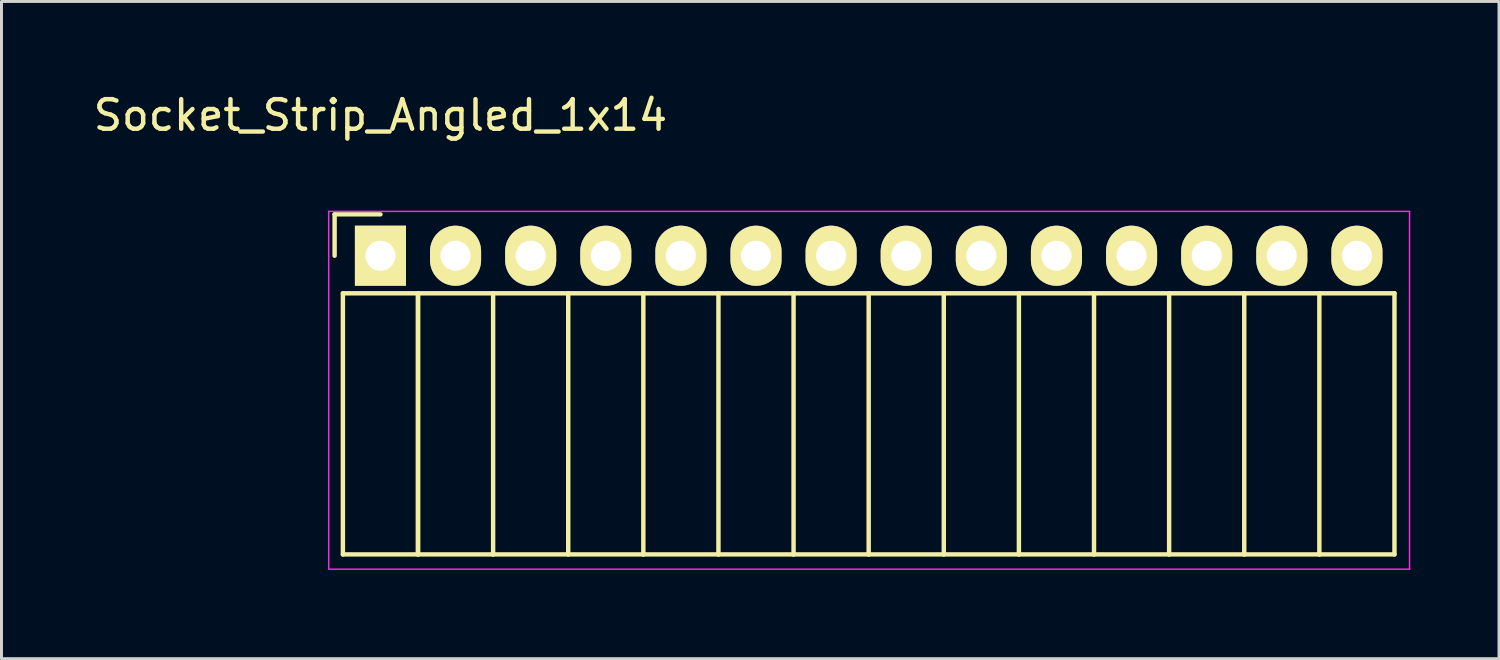
<source format=kicad_pcb>
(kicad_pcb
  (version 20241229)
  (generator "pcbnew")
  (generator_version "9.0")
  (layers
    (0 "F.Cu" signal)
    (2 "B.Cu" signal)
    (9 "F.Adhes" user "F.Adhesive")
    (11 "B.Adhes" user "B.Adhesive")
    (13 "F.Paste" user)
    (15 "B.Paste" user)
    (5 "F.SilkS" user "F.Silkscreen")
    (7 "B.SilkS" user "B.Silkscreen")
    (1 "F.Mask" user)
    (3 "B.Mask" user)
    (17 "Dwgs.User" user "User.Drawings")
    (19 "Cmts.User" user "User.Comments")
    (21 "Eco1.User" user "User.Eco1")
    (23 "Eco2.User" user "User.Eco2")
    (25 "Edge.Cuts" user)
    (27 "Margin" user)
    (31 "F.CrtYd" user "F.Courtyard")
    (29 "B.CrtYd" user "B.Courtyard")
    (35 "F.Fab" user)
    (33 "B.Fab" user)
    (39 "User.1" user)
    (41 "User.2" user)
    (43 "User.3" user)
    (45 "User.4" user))
  (footprint "Socket_Strip_Angled_1x14"
    (layer "F.Cu")
    (at 9.815 5.598)
    (property "Reference" "Socket_Strip_Angled_1x14" (at 0 -4.75 0) (layer "F.SilkS") (effects (font (size 1 1) (thickness 0.15))))
    (attr through_hole)
    (fp_line (start -1.55 -1.4) (end -1.55 0) (stroke (width 0.15) (type solid)) (layer "F.SilkS"))
    (fp_line (start -1.27 1.27) (end -1.27 10.1) (stroke (width 0.15) (type solid)) (layer "F.SilkS"))
    (fp_line (start -1.27 1.27) (end 1.27 1.27) (stroke (width 0.15) (type solid)) (layer "F.SilkS"))
    (fp_line (start -1.27 10.1) (end 1.27 10.1) (stroke (width 0.15) (type solid)) (layer "F.SilkS"))
    (fp_line (start 0 -1.4) (end -1.55 -1.4) (stroke (width 0.15) (type solid)) (layer "F.SilkS"))
    (fp_line (start 1.27 1.27) (end 1.27 10.1) (stroke (width 0.15) (type solid)) (layer "F.SilkS"))
    (fp_line (start 1.27 1.27) (end 3.81 1.27) (stroke (width 0.15) (type solid)) (layer "F.SilkS"))
    (fp_line (start 1.27 10.1) (end 1.27 1.27) (stroke (width 0.15) (type solid)) (layer "F.SilkS"))
    (fp_line (start 1.27 10.1) (end 3.81 10.1) (stroke (width 0.15) (type solid)) (layer "F.SilkS"))
    (fp_line (start 3.81 1.27) (end 6.35 1.27) (stroke (width 0.15) (type solid)) (layer "F.SilkS"))
    (fp_line (start 3.81 10.1) (end 3.81 1.27) (stroke (width 0.15) (type solid)) (layer "F.SilkS"))
    (fp_line (start 3.81 10.1) (end 6.35 10.1) (stroke (width 0.15) (type solid)) (layer "F.SilkS"))
    (fp_line (start 6.35 1.27) (end 8.89 1.27) (stroke (width 0.15) (type solid)) (layer "F.SilkS"))
    (fp_line (start 6.35 10.1) (end 6.35 1.27) (stroke (width 0.15) (type solid)) (layer "F.SilkS"))
    (fp_line (start 6.35 10.1) (end 8.89 10.1) (stroke (width 0.15) (type solid)) (layer "F.SilkS"))
    (fp_line (start 8.89 1.27) (end 11.43 1.27) (stroke (width 0.15) (type solid)) (layer "F.SilkS"))
    (fp_line (start 8.89 10.1) (end 8.89 1.27) (stroke (width 0.15) (type solid)) (layer "F.SilkS"))
    (fp_line (start 8.89 10.1) (end 11.43 10.1) (stroke (width 0.15) (type solid)) (layer "F.SilkS"))
    (fp_line (start 11.43 1.27) (end 13.97 1.27) (stroke (width 0.15) (type solid)) (layer "F.SilkS"))
    (fp_line (start 11.43 10.1) (end 11.43 1.27) (stroke (width 0.15) (type solid)) (layer "F.SilkS"))
    (fp_line (start 11.43 10.1) (end 13.97 10.1) (stroke (width 0.15) (type solid)) (layer "F.SilkS"))
    (fp_line (start 13.97 1.27) (end 16.51 1.27) (stroke (width 0.15) (type solid)) (layer "F.SilkS"))
    (fp_line (start 13.97 10.1) (end 13.97 1.27) (stroke (width 0.15) (type solid)) (layer "F.SilkS"))
    (fp_line (start 13.97 10.1) (end 16.51 10.1) (stroke (width 0.15) (type solid)) (layer "F.SilkS"))
    (fp_line (start 16.51 1.27) (end 19.05 1.27) (stroke (width 0.15) (type solid)) (layer "F.SilkS"))
    (fp_line (start 16.51 10.1) (end 16.51 1.27) (stroke (width 0.15) (type solid)) (layer "F.SilkS"))
    (fp_line (start 16.51 10.1) (end 19.05 10.1) (stroke (width 0.15) (type solid)) (layer "F.SilkS"))
    (fp_line (start 19.05 1.27) (end 21.59 1.27) (stroke (width 0.15) (type solid)) (layer "F.SilkS"))
    (fp_line (start 19.05 10.1) (end 19.05 1.27) (stroke (width 0.15) (type solid)) (layer "F.SilkS"))
    (fp_line (start 19.05 10.1) (end 21.59 10.1) (stroke (width 0.15) (type solid)) (layer "F.SilkS"))
    (fp_line (start 21.59 1.27) (end 24.13 1.27) (stroke (width 0.15) (type solid)) (layer "F.SilkS"))
    (fp_line (start 21.59 10.1) (end 21.59 1.27) (stroke (width 0.15) (type solid)) (layer "F.SilkS"))
    (fp_line (start 21.59 10.1) (end 24.13 10.1) (stroke (width 0.15) (type solid)) (layer "F.SilkS"))
    (fp_line (start 24.13 1.27) (end 26.67 1.27) (stroke (width 0.15) (type solid)) (layer "F.SilkS"))
    (fp_line (start 24.13 10.1) (end 24.13 1.27) (stroke (width 0.15) (type solid)) (layer "F.SilkS"))
    (fp_line (start 24.13 10.1) (end 26.67 10.1) (stroke (width 0.15) (type solid)) (layer "F.SilkS"))
    (fp_line (start 26.67 1.27) (end 29.21 1.27) (stroke (width 0.15) (type solid)) (layer "F.SilkS"))
    (fp_line (start 26.67 10.1) (end 26.67 1.27) (stroke (width 0.15) (type solid)) (layer "F.SilkS"))
    (fp_line (start 26.67 10.1) (end 29.21 10.1) (stroke (width 0.15) (type solid)) (layer "F.SilkS"))
    (fp_line (start 29.21 1.27) (end 31.75 1.27) (stroke (width 0.15) (type solid)) (layer "F.SilkS"))
    (fp_line (start 29.21 10.1) (end 29.21 1.27) (stroke (width 0.15) (type solid)) (layer "F.SilkS"))
    (fp_line (start 29.21 10.1) (end 31.75 10.1) (stroke (width 0.15) (type solid)) (layer "F.SilkS"))
    (fp_line (start 31.75 1.27) (end 34.29 1.27) (stroke (width 0.15) (type solid)) (layer "F.SilkS"))
    (fp_line (start 31.75 10.1) (end 31.75 1.27) (stroke (width 0.15) (type solid)) (layer "F.SilkS"))
    (fp_line (start 31.75 10.1) (end 34.29 10.1) (stroke (width 0.15) (type solid)) (layer "F.SilkS"))
    (fp_line (start 34.29 10.1) (end 34.29 1.27) (stroke (width 0.15) (type solid)) (layer "F.SilkS"))
    (fp_line (start -1.75 -1.5) (end -1.75 10.6) (stroke (width 0.05) (type solid)) (layer "F.CrtYd"))
    (fp_line (start -1.75 -1.5) (end 34.8 -1.5) (stroke (width 0.05) (type solid)) (layer "F.CrtYd"))
    (fp_line (start -1.75 10.6) (end 34.8 10.6) (stroke (width 0.05) (type solid)) (layer "F.CrtYd"))
    (fp_line (start 34.8 -1.5) (end 34.8 10.6) (stroke (width 0.05) (type solid)) (layer "F.CrtYd"))
    (pad "1" thru_hole rect (at 0 0) (size 1.727 2.032) (drill 1.016) (layers "*.Cu" "*.Mask" "F.SilkS"))
    (pad "2" thru_hole oval (at 2.54 0) (size 1.727 2.032) (drill 1.016) (layers "*.Cu" "*.Mask" "F.SilkS"))
    (pad "3" thru_hole oval (at 5.08 0) (size 1.727 2.032) (drill 1.016) (layers "*.Cu" "*.Mask" "F.SilkS"))
    (pad "4" thru_hole oval (at 7.62 0) (size 1.727 2.032) (drill 1.016) (layers "*.Cu" "*.Mask" "F.SilkS"))
    (pad "5" thru_hole oval (at 10.16 0) (size 1.727 2.032) (drill 1.016) (layers "*.Cu" "*.Mask" "F.SilkS"))
    (pad "6" thru_hole oval (at 12.7 0) (size 1.727 2.032) (drill 1.016) (layers "*.Cu" "*.Mask" "F.SilkS"))
    (pad "7" thru_hole oval (at 15.24 0) (size 1.727 2.032) (drill 1.016) (layers "*.Cu" "*.Mask" "F.SilkS"))
    (pad "8" thru_hole oval (at 17.78 0) (size 1.727 2.032) (drill 1.016) (layers "*.Cu" "*.Mask" "F.SilkS"))
    (pad "9" thru_hole oval (at 20.32 0) (size 1.727 2.032) (drill 1.016) (layers "*.Cu" "*.Mask" "F.SilkS"))
    (pad "10" thru_hole oval (at 22.86 0) (size 1.727 2.032) (drill 1.016) (layers "*.Cu" "*.Mask" "F.SilkS"))
    (pad "11" thru_hole oval (at 25.4 0) (size 1.727 2.032) (drill 1.016) (layers "*.Cu" "*.Mask" "F.SilkS"))
    (pad "12" thru_hole oval (at 27.94 0) (size 1.727 2.032) (drill 1.016) (layers "*.Cu" "*.Mask" "F.SilkS"))
    (pad "13" thru_hole oval (at 30.48 0) (size 1.727 2.032) (drill 1.016) (layers "*.Cu" "*.Mask" "F.SilkS"))
    (pad "14" thru_hole oval (at 33.02 0) (size 1.727 2.032) (drill 1.016) (layers "*.Cu" "*.Mask" "F.SilkS")))
  (gr_rect
    (start -3 -3)
    (end 47.64 19.223)
    (stroke (width 0.1) (type default))
    (fill no)
    (layer "Edge.Cuts")))
</source>
